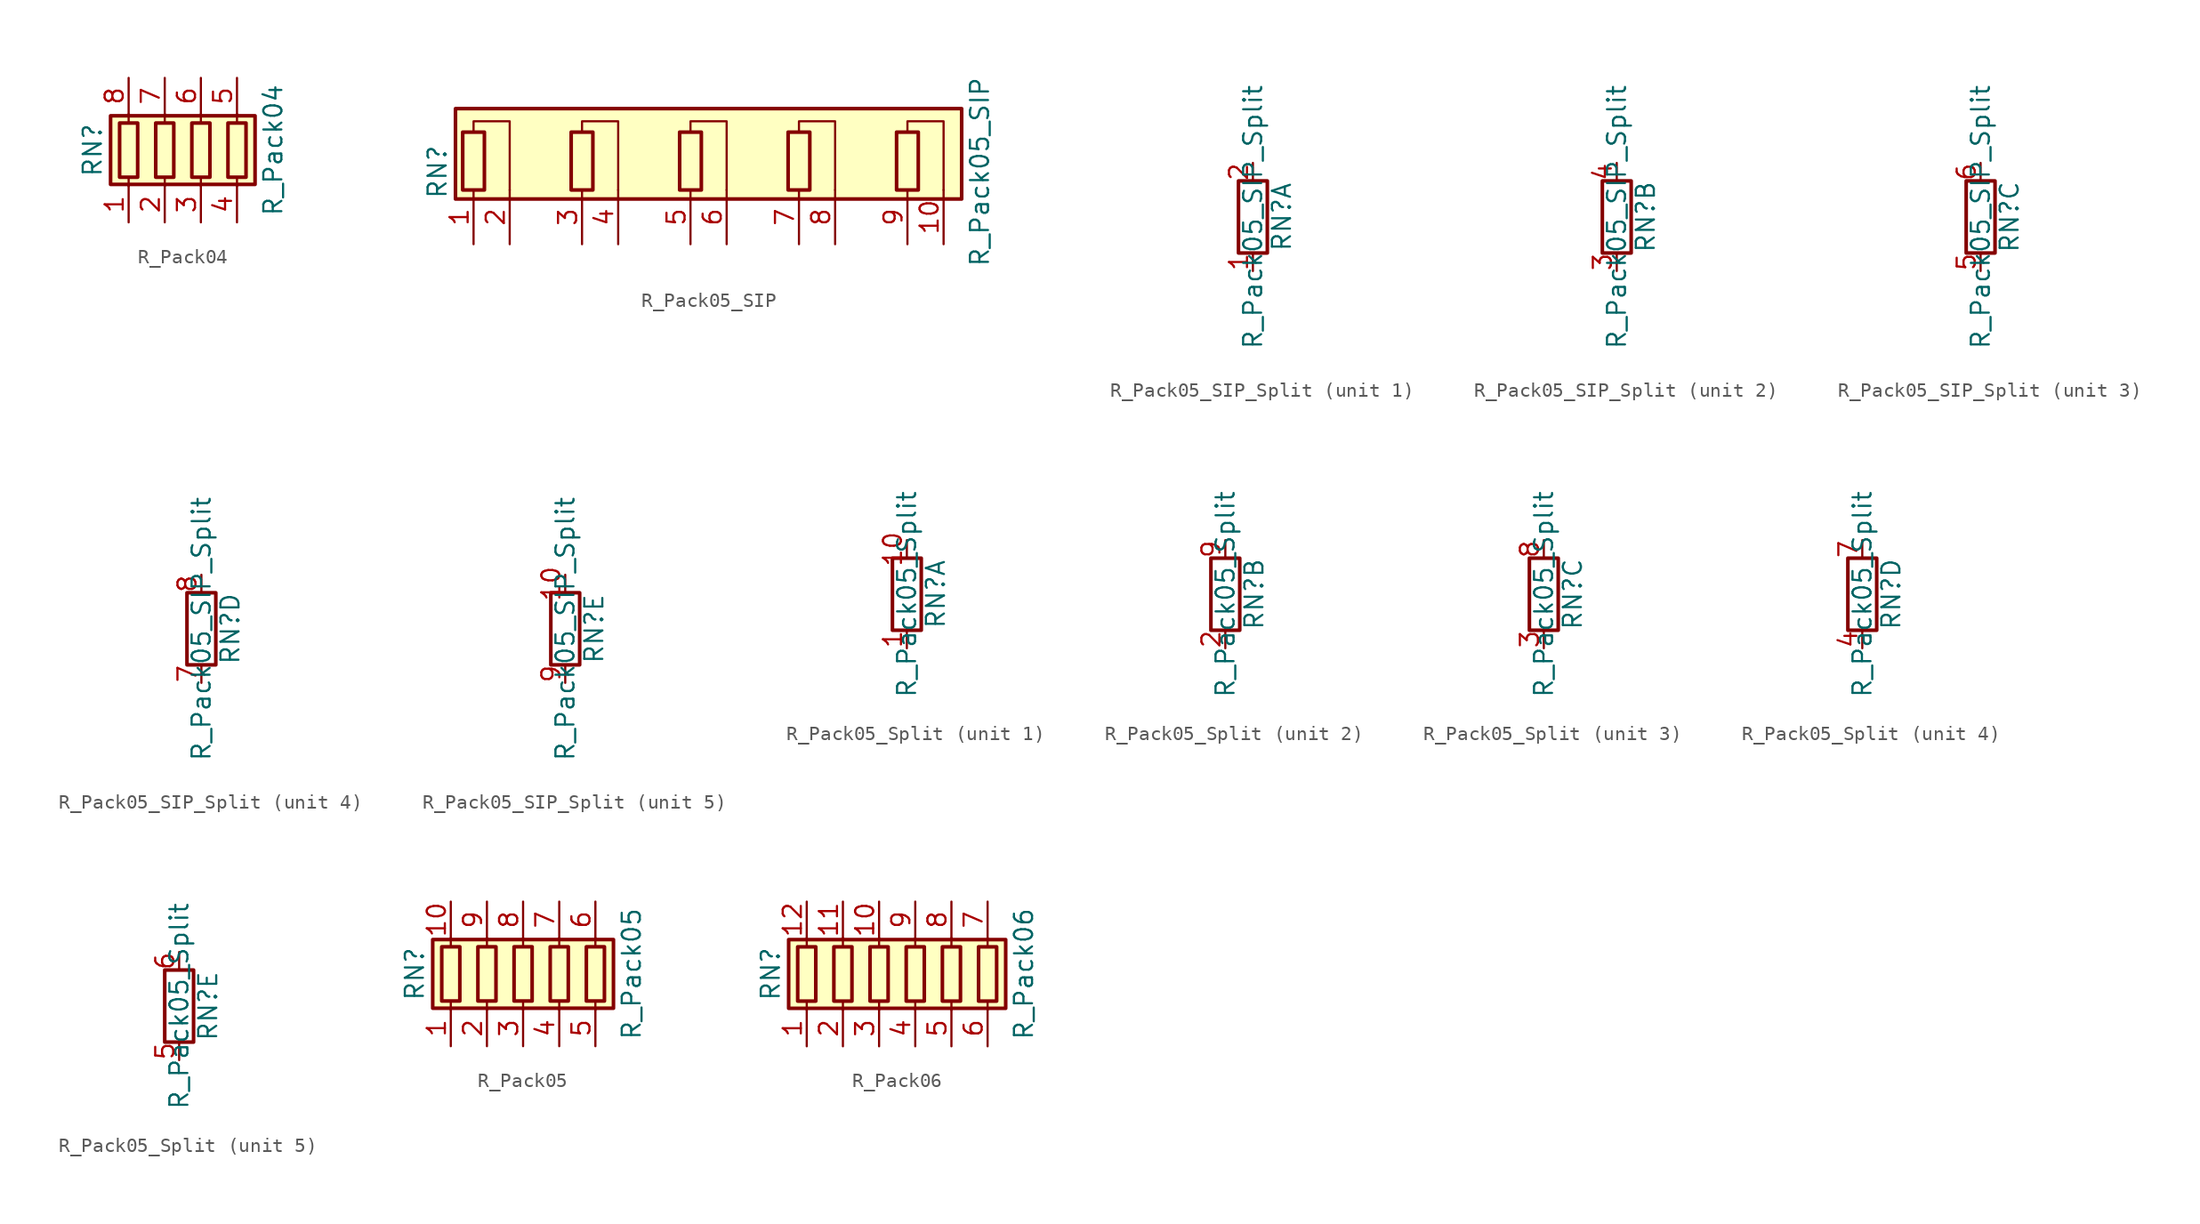
<source format=kicad_sym>
(kicad_symbol_lib
  (version 20241209)
  (generator "kicad_symbol_editor")
  (generator_version "9.0")
  (symbol "R_Pack04"
    (pin_names
      (offset 0)
      (hide yes))
    (property "Reference" "RN"
      (at -7.62 0 90)
      (effects (font (size 1.27 1.27))))
    (property "Value" "R_Pack04"
      (at 5.08 0 90)
      (effects (font (size 1.27 1.27))))
    (symbol "R_Pack04_0_1"
      (rectangle (start -6.35 -2.413) (end 3.81 2.413) (stroke (width 0.254) (type default)) (fill (type background)))
      (rectangle (start -5.715 1.905) (end -4.445 -1.905) (stroke (width 0.254) (type default)) (fill (type none)))
      (polyline (pts (xy -5.08 1.905) (xy -5.08 2.54)) (stroke (width 0) (type default)) (fill (type none)))
      (polyline (pts (xy -5.08 -2.54) (xy -5.08 -1.905)) (stroke (width 0) (type default)) (fill (type none)))
      (rectangle (start -3.175 1.905) (end -1.905 -1.905) (stroke (width 0.254) (type default)) (fill (type none)))
      (polyline (pts (xy -2.54 1.905) (xy -2.54 2.54)) (stroke (width 0) (type default)) (fill (type none)))
      (polyline (pts (xy -2.54 -2.54) (xy -2.54 -1.905)) (stroke (width 0) (type default)) (fill (type none)))
      (rectangle (start -0.635 1.905) (end 0.635 -1.905) (stroke (width 0.254) (type default)) (fill (type none)))
      (polyline (pts (xy 0 1.905) (xy 0 2.54)) (stroke (width 0) (type default)) (fill (type none)))
      (polyline (pts (xy 0 -2.54) (xy 0 -1.905)) (stroke (width 0) (type default)) (fill (type none)))
      (rectangle (start 1.905 1.905) (end 3.175 -1.905) (stroke (width 0.254) (type default)) (fill (type none)))
      (polyline (pts (xy 2.54 1.905) (xy 2.54 2.54)) (stroke (width 0) (type default)) (fill (type none)))
      (polyline (pts (xy 2.54 -2.54) (xy 2.54 -1.905)) (stroke (width 0) (type default)) (fill (type none))))
    (symbol "R_Pack04_1_1"
      (pin passive line (at -5.08 5.08 270) (length 2.54) (name "R1.2" (effects (font (size 1.27 1.27)))) (number "8" (effects (font (size 1.27 1.27)))))
      (pin passive line (at -5.08 -5.08 90) (length 2.54) (name "R1.1" (effects (font (size 1.27 1.27)))) (number "1" (effects (font (size 1.27 1.27)))))
      (pin passive line (at -2.54 5.08 270) (length 2.54) (name "R2.2" (effects (font (size 1.27 1.27)))) (number "7" (effects (font (size 1.27 1.27)))))
      (pin passive line (at -2.54 -5.08 90) (length 2.54) (name "R2.1" (effects (font (size 1.27 1.27)))) (number "2" (effects (font (size 1.27 1.27)))))
      (pin passive line (at 0 5.08 270) (length 2.54) (name "R3.2" (effects (font (size 1.27 1.27)))) (number "6" (effects (font (size 1.27 1.27)))))
      (pin passive line (at 0 -5.08 90) (length 2.54) (name "R3.1" (effects (font (size 1.27 1.27)))) (number "3" (effects (font (size 1.27 1.27)))))
      (pin passive line (at 2.54 5.08 270) (length 2.54) (name "R4.2" (effects (font (size 1.27 1.27)))) (number "5" (effects (font (size 1.27 1.27)))))
      (pin passive line (at 2.54 -5.08 90) (length 2.54) (name "R4.1" (effects (font (size 1.27 1.27)))) (number "4" (effects (font (size 1.27 1.27)))))))
  (symbol "R_Pack05_SIP"
    (pin_names
      (offset 0)
      (hide yes))
    (property "Reference" "RN"
      (at -17.78 0 90)
      (effects (font (size 1.27 1.27))))
    (property "Value" "R_Pack05_SIP"
      (at 20.32 0 90)
      (effects (font (size 1.27 1.27))))
    (symbol "R_Pack05_SIP_0_1"
      (rectangle (start -16.51 -1.905) (end 19.05 4.445) (stroke (width 0.254) (type default)) (fill (type background)))
      (rectangle (start -16.002 2.794) (end -14.478 -1.27) (stroke (width 0.254) (type default)) (fill (type none)))
      (polyline (pts (xy -15.24 2.794) (xy -15.24 3.556) (xy -12.7 3.556) (xy -12.7 -1.27)) (stroke (width 0) (type default)) (fill (type none)))
      (rectangle (start -8.382 2.794) (end -6.858 -1.27) (stroke (width 0.254) (type default)) (fill (type none)))
      (polyline (pts (xy -7.62 2.794) (xy -7.62 3.556) (xy -5.08 3.556) (xy -5.08 -1.27)) (stroke (width 0) (type default)) (fill (type none)))
      (rectangle (start -0.762 2.794) (end 0.762 -1.27) (stroke (width 0.254) (type default)) (fill (type none)))
      (polyline (pts (xy 0 2.794) (xy 0 3.556) (xy 2.54 3.556) (xy 2.54 -1.27)) (stroke (width 0) (type default)) (fill (type none)))
      (rectangle (start 6.858 2.794) (end 8.382 -1.27) (stroke (width 0.254) (type default)) (fill (type none)))
      (polyline (pts (xy 7.62 2.794) (xy 7.62 3.556) (xy 10.16 3.556) (xy 10.16 -1.27)) (stroke (width 0) (type default)) (fill (type none)))
      (rectangle (start 14.478 2.794) (end 16.002 -1.27) (stroke (width 0.254) (type default)) (fill (type none)))
      (polyline (pts (xy 15.24 2.794) (xy 15.24 3.556) (xy 17.78 3.556) (xy 17.78 -1.27)) (stroke (width 0) (type default)) (fill (type none))))
    (symbol "R_Pack05_SIP_1_1"
      (pin passive line (at -15.24 -5.08 90) (length 3.81) (name "R1.1" (effects (font (size 1.27 1.27)))) (number "1" (effects (font (size 1.27 1.27)))))
      (pin passive line (at -12.7 -5.08 90) (length 3.81) (name "R1.2" (effects (font (size 1.27 1.27)))) (number "2" (effects (font (size 1.27 1.27)))))
      (pin passive line (at -7.62 -5.08 90) (length 3.81) (name "R2.1" (effects (font (size 1.27 1.27)))) (number "3" (effects (font (size 1.27 1.27)))))
      (pin passive line (at -5.08 -5.08 90) (length 3.81) (name "R2.2" (effects (font (size 1.27 1.27)))) (number "4" (effects (font (size 1.27 1.27)))))
      (pin passive line (at 0 -5.08 90) (length 3.81) (name "R3.1" (effects (font (size 1.27 1.27)))) (number "5" (effects (font (size 1.27 1.27)))))
      (pin passive line (at 2.54 -5.08 90) (length 3.81) (name "R3.2" (effects (font (size 1.27 1.27)))) (number "6" (effects (font (size 1.27 1.27)))))
      (pin passive line (at 7.62 -5.08 90) (length 3.81) (name "R4.1" (effects (font (size 1.27 1.27)))) (number "7" (effects (font (size 1.27 1.27)))))
      (pin passive line (at 10.16 -5.08 90) (length 3.81) (name "R4.2" (effects (font (size 1.27 1.27)))) (number "8" (effects (font (size 1.27 1.27)))))
      (pin passive line (at 15.24 -5.08 90) (length 3.81) (name "R5.1" (effects (font (size 1.27 1.27)))) (number "9" (effects (font (size 1.27 1.27)))))
      (pin passive line (at 17.78 -5.08 90) (length 3.81) (name "R5.2" (effects (font (size 1.27 1.27)))) (number "10" (effects (font (size 1.27 1.27)))))))
  (symbol "R_Pack05_SIP_Split"
    (pin_names
      (offset 0)
      (hide yes))
    (property "Reference" "RN"
      (at 2.032 0 90)
      (effects (font (size 1.27 1.27))))
    (property "Value" "R_Pack05_SIP_Split"
      (at 0 0 90)
      (effects (font (size 1.27 1.27))))
    (symbol "R_Pack05_SIP_Split_0_1"
      (rectangle (start 1.016 2.54) (end -1.016 -2.54) (stroke (width 0.254) (type default)) (fill (type none))))
    (symbol "R_Pack05_SIP_Split_1_1"
      (pin passive line (at 0 3.81 270) (length 1.27) (name "R1.2" (effects (font (size 1.27 1.27)))) (number "2" (effects (font (size 1.27 1.27)))))
      (pin passive line (at 0 -3.81 90) (length 1.27) (name "R1.1" (effects (font (size 1.27 1.27)))) (number "1" (effects (font (size 1.27 1.27))))))
    (symbol "R_Pack05_SIP_Split_2_1"
      (pin passive line (at 0 3.81 270) (length 1.27) (name "R2.2" (effects (font (size 1.27 1.27)))) (number "4" (effects (font (size 1.27 1.27)))))
      (pin passive line (at 0 -3.81 90) (length 1.27) (name "R2.1" (effects (font (size 1.27 1.27)))) (number "3" (effects (font (size 1.27 1.27))))))
    (symbol "R_Pack05_SIP_Split_3_1"
      (pin passive line (at 0 3.81 270) (length 1.27) (name "R3.2" (effects (font (size 1.27 1.27)))) (number "6" (effects (font (size 1.27 1.27)))))
      (pin passive line (at 0 -3.81 90) (length 1.27) (name "R3.1" (effects (font (size 1.27 1.27)))) (number "5" (effects (font (size 1.27 1.27))))))
    (symbol "R_Pack05_SIP_Split_4_1"
      (pin passive line (at 0 3.81 270) (length 1.27) (name "R4.2" (effects (font (size 1.27 1.27)))) (number "8" (effects (font (size 1.27 1.27)))))
      (pin passive line (at 0 -3.81 90) (length 1.27) (name "R4.1" (effects (font (size 1.27 1.27)))) (number "7" (effects (font (size 1.27 1.27))))))
    (symbol "R_Pack05_SIP_Split_5_1"
      (pin passive line (at 0 3.81 270) (length 1.27) (name "R5.2" (effects (font (size 1.27 1.27)))) (number "10" (effects (font (size 1.27 1.27)))))
      (pin passive line (at 0 -3.81 90) (length 1.27) (name "R5.1" (effects (font (size 1.27 1.27)))) (number "9" (effects (font (size 1.27 1.27)))))))
  (symbol "R_Pack05_Split"
    (pin_names
      (offset 0)
      (hide yes))
    (property "Reference" "RN"
      (at 2.032 0 90)
      (effects (font (size 1.27 1.27))))
    (property "Value" "R_Pack05_Split"
      (at 0 0 90)
      (effects (font (size 1.27 1.27))))
    (symbol "R_Pack05_Split_0_1"
      (rectangle (start 1.016 2.54) (end -1.016 -2.54) (stroke (width 0.254) (type default)) (fill (type none))))
    (symbol "R_Pack05_Split_1_1"
      (pin passive line (at 0 3.81 270) (length 1.27) (name "R1.2" (effects (font (size 1.27 1.27)))) (number "10" (effects (font (size 1.27 1.27)))))
      (pin passive line (at 0 -3.81 90) (length 1.27) (name "R1.1" (effects (font (size 1.27 1.27)))) (number "1" (effects (font (size 1.27 1.27))))))
    (symbol "R_Pack05_Split_2_1"
      (pin passive line (at 0 3.81 270) (length 1.27) (name "R2.2" (effects (font (size 1.27 1.27)))) (number "9" (effects (font (size 1.27 1.27)))))
      (pin passive line (at 0 -3.81 90) (length 1.27) (name "R2.1" (effects (font (size 1.27 1.27)))) (number "2" (effects (font (size 1.27 1.27))))))
    (symbol "R_Pack05_Split_3_1"
      (pin passive line (at 0 3.81 270) (length 1.27) (name "R3.2" (effects (font (size 1.27 1.27)))) (number "8" (effects (font (size 1.27 1.27)))))
      (pin passive line (at 0 -3.81 90) (length 1.27) (name "R3.1" (effects (font (size 1.27 1.27)))) (number "3" (effects (font (size 1.27 1.27))))))
    (symbol "R_Pack05_Split_4_1"
      (pin passive line (at 0 3.81 270) (length 1.27) (name "R4.2" (effects (font (size 1.27 1.27)))) (number "7" (effects (font (size 1.27 1.27)))))
      (pin passive line (at 0 -3.81 90) (length 1.27) (name "R4.1" (effects (font (size 1.27 1.27)))) (number "4" (effects (font (size 1.27 1.27))))))
    (symbol "R_Pack05_Split_5_1"
      (pin passive line (at 0 3.81 270) (length 1.27) (name "R5.2" (effects (font (size 1.27 1.27)))) (number "6" (effects (font (size 1.27 1.27)))))
      (pin passive line (at 0 -3.81 90) (length 1.27) (name "R5.1" (effects (font (size 1.27 1.27)))) (number "5" (effects (font (size 1.27 1.27)))))))
  (symbol "R_Pack05"
    (pin_names
      (offset 0)
      (hide yes))
    (property "Reference" "RN"
      (at -7.62 0 90)
      (effects (font (size 1.27 1.27))))
    (property "Value" "R_Pack05"
      (at 7.62 0 90)
      (effects (font (size 1.27 1.27))))
    (symbol "R_Pack05_0_1"
      (rectangle (start -6.35 -2.413) (end 6.35 2.413) (stroke (width 0.254) (type default)) (fill (type background)))
      (rectangle (start -5.715 1.905) (end -4.445 -1.905) (stroke (width 0.254) (type default)) (fill (type none)))
      (polyline (pts (xy -5.08 1.905) (xy -5.08 2.54)) (stroke (width 0) (type default)) (fill (type none)))
      (polyline (pts (xy -5.08 -2.54) (xy -5.08 -1.905)) (stroke (width 0) (type default)) (fill (type none)))
      (rectangle (start -3.175 1.905) (end -1.905 -1.905) (stroke (width 0.254) (type default)) (fill (type none)))
      (polyline (pts (xy -2.54 1.905) (xy -2.54 2.54)) (stroke (width 0) (type default)) (fill (type none)))
      (polyline (pts (xy -2.54 -2.54) (xy -2.54 -1.905)) (stroke (width 0) (type default)) (fill (type none)))
      (rectangle (start -0.635 1.905) (end 0.635 -1.905) (stroke (width 0.254) (type default)) (fill (type none)))
      (polyline (pts (xy 0 1.905) (xy 0 2.54)) (stroke (width 0) (type default)) (fill (type none)))
      (polyline (pts (xy 0 -2.54) (xy 0 -1.905)) (stroke (width 0) (type default)) (fill (type none)))
      (rectangle (start 1.905 1.905) (end 3.175 -1.905) (stroke (width 0.254) (type default)) (fill (type none)))
      (polyline (pts (xy 2.54 1.905) (xy 2.54 2.54)) (stroke (width 0) (type default)) (fill (type none)))
      (polyline (pts (xy 2.54 -2.54) (xy 2.54 -1.905)) (stroke (width 0) (type default)) (fill (type none)))
      (rectangle (start 4.445 1.905) (end 5.715 -1.905) (stroke (width 0.254) (type default)) (fill (type none)))
      (polyline (pts (xy 5.08 1.905) (xy 5.08 2.54)) (stroke (width 0) (type default)) (fill (type none)))
      (polyline (pts (xy 5.08 -2.54) (xy 5.08 -1.905)) (stroke (width 0) (type default)) (fill (type none))))
    (symbol "R_Pack05_1_1"
      (pin passive line (at -5.08 5.08 270) (length 2.54) (name "R1.2" (effects (font (size 1.27 1.27)))) (number "10" (effects (font (size 1.27 1.27)))))
      (pin passive line (at -5.08 -5.08 90) (length 2.54) (name "R1.1" (effects (font (size 1.27 1.27)))) (number "1" (effects (font (size 1.27 1.27)))))
      (pin passive line (at -2.54 5.08 270) (length 2.54) (name "R2.2" (effects (font (size 1.27 1.27)))) (number "9" (effects (font (size 1.27 1.27)))))
      (pin passive line (at -2.54 -5.08 90) (length 2.54) (name "R2.1" (effects (font (size 1.27 1.27)))) (number "2" (effects (font (size 1.27 1.27)))))
      (pin passive line (at 0 5.08 270) (length 2.54) (name "R3.2" (effects (font (size 1.27 1.27)))) (number "8" (effects (font (size 1.27 1.27)))))
      (pin passive line (at 0 -5.08 90) (length 2.54) (name "R3.1" (effects (font (size 1.27 1.27)))) (number "3" (effects (font (size 1.27 1.27)))))
      (pin passive line (at 2.54 5.08 270) (length 2.54) (name "R4.2" (effects (font (size 1.27 1.27)))) (number "7" (effects (font (size 1.27 1.27)))))
      (pin passive line (at 2.54 -5.08 90) (length 2.54) (name "R4.1" (effects (font (size 1.27 1.27)))) (number "4" (effects (font (size 1.27 1.27)))))
      (pin passive line (at 5.08 5.08 270) (length 2.54) (name "R5.2" (effects (font (size 1.27 1.27)))) (number "6" (effects (font (size 1.27 1.27)))))
      (pin passive line (at 5.08 -5.08 90) (length 2.54) (name "R5.1" (effects (font (size 1.27 1.27)))) (number "5" (effects (font (size 1.27 1.27)))))))
  (symbol "R_Pack06"
    (pin_names
      (offset 0)
      (hide yes))
    (property "Reference" "RN"
      (at -10.16 0 90)
      (effects (font (size 1.27 1.27))))
    (property "Value" "R_Pack06"
      (at 7.62 0 90)
      (effects (font (size 1.27 1.27))))
    (symbol "R_Pack06_0_1"
      (rectangle (start -8.89 -2.413) (end 6.35 2.413) (stroke (width 0.254) (type default)) (fill (type background)))
      (rectangle (start -8.255 1.905) (end -6.985 -1.905) (stroke (width 0.254) (type default)) (fill (type none)))
      (polyline (pts (xy -7.62 1.905) (xy -7.62 2.54)) (stroke (width 0) (type default)) (fill (type none)))
      (polyline (pts (xy -7.62 -2.54) (xy -7.62 -1.905)) (stroke (width 0) (type default)) (fill (type none)))
      (rectangle (start -5.715 1.905) (end -4.445 -1.905) (stroke (width 0.254) (type default)) (fill (type none)))
      (polyline (pts (xy -5.08 1.905) (xy -5.08 2.54)) (stroke (width 0) (type default)) (fill (type none)))
      (polyline (pts (xy -5.08 -2.54) (xy -5.08 -1.905)) (stroke (width 0) (type default)) (fill (type none)))
      (rectangle (start -3.175 1.905) (end -1.905 -1.905) (stroke (width 0.254) (type default)) (fill (type none)))
      (polyline (pts (xy -2.54 1.905) (xy -2.54 2.54)) (stroke (width 0) (type default)) (fill (type none)))
      (polyline (pts (xy -2.54 -2.54) (xy -2.54 -1.905)) (stroke (width 0) (type default)) (fill (type none)))
      (rectangle (start -0.635 1.905) (end 0.635 -1.905) (stroke (width 0.254) (type default)) (fill (type none)))
      (polyline (pts (xy 0 1.905) (xy 0 2.54)) (stroke (width 0) (type default)) (fill (type none)))
      (polyline (pts (xy 0 -2.54) (xy 0 -1.905)) (stroke (width 0) (type default)) (fill (type none)))
      (rectangle (start 1.905 1.905) (end 3.175 -1.905) (stroke (width 0.254) (type default)) (fill (type none)))
      (polyline (pts (xy 2.54 1.905) (xy 2.54 2.54)) (stroke (width 0) (type default)) (fill (type none)))
      (polyline (pts (xy 2.54 -2.54) (xy 2.54 -1.905)) (stroke (width 0) (type default)) (fill (type none)))
      (rectangle (start 4.445 1.905) (end 5.715 -1.905) (stroke (width 0.254) (type default)) (fill (type none)))
      (polyline (pts (xy 5.08 1.905) (xy 5.08 2.54)) (stroke (width 0) (type default)) (fill (type none)))
      (polyline (pts (xy 5.08 -2.54) (xy 5.08 -1.905)) (stroke (width 0) (type default)) (fill (type none))))
    (symbol "R_Pack06_1_1"
      (pin passive line (at -7.62 5.08 270) (length 2.54) (name "R1.2" (effects (font (size 1.27 1.27)))) (number "12" (effects (font (size 1.27 1.27)))))
      (pin passive line (at -7.62 -5.08 90) (length 2.54) (name "R1.1" (effects (font (size 1.27 1.27)))) (number "1" (effects (font (size 1.27 1.27)))))
      (pin passive line (at -5.08 5.08 270) (length 2.54) (name "R2.2" (effects (font (size 1.27 1.27)))) (number "11" (effects (font (size 1.27 1.27)))))
      (pin passive line (at -5.08 -5.08 90) (length 2.54) (name "R2.1" (effects (font (size 1.27 1.27)))) (number "2" (effects (font (size 1.27 1.27)))))
      (pin passive line (at -2.54 5.08 270) (length 2.54) (name "R3.2" (effects (font (size 1.27 1.27)))) (number "10" (effects (font (size 1.27 1.27)))))
      (pin passive line (at -2.54 -5.08 90) (length 2.54) (name "R3.1" (effects (font (size 1.27 1.27)))) (number "3" (effects (font (size 1.27 1.27)))))
      (pin passive line (at 0 5.08 270) (length 2.54) (name "R4.2" (effects (font (size 1.27 1.27)))) (number "9" (effects (font (size 1.27 1.27)))))
      (pin passive line (at 0 -5.08 90) (length 2.54) (name "R4.1" (effects (font (size 1.27 1.27)))) (number "4" (effects (font (size 1.27 1.27)))))
      (pin passive line (at 2.54 5.08 270) (length 2.54) (name "R5.2" (effects (font (size 1.27 1.27)))) (number "8" (effects (font (size 1.27 1.27)))))
      (pin passive line (at 2.54 -5.08 90) (length 2.54) (name "R5.1" (effects (font (size 1.27 1.27)))) (number "5" (effects (font (size 1.27 1.27)))))
      (pin passive line (at 5.08 5.08 270) (length 2.54) (name "R6.2" (effects (font (size 1.27 1.27)))) (number "7" (effects (font (size 1.27 1.27)))))
      (pin passive line (at 5.08 -5.08 90) (length 2.54) (name "R6.1" (effects (font (size 1.27 1.27)))) (number "6" (effects (font (size 1.27 1.27))))))))
</source>
